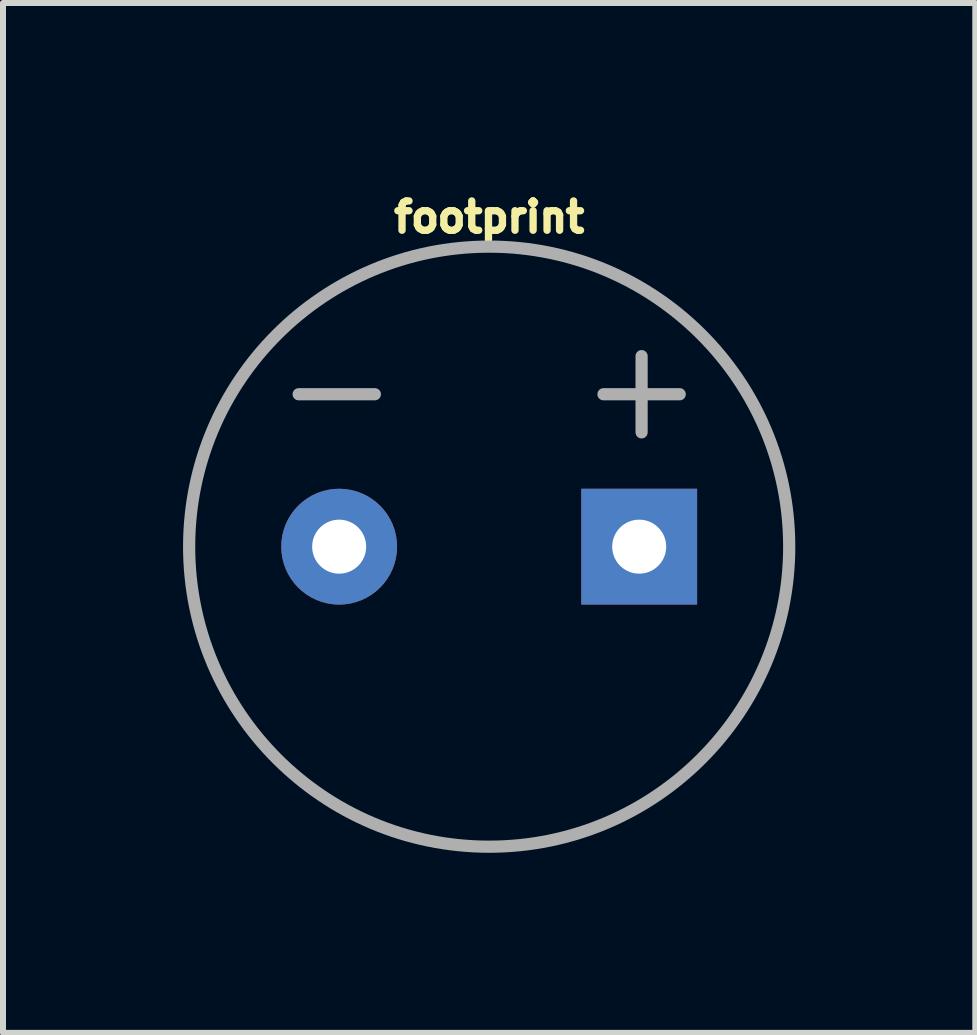
<source format=kicad_pcb>
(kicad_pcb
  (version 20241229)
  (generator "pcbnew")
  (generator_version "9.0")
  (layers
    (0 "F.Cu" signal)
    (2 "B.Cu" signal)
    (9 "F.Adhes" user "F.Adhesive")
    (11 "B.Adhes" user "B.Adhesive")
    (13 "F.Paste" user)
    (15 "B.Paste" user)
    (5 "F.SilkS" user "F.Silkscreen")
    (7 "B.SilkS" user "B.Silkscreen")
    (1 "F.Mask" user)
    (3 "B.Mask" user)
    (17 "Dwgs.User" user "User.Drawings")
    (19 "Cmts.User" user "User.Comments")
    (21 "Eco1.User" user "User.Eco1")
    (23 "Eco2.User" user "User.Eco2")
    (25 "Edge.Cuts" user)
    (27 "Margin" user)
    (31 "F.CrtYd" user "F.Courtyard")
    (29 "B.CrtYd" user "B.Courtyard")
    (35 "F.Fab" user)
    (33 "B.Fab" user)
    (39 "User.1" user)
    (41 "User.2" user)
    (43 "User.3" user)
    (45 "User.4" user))
  (footprint "footprint"
    (layer "F.Cu")
    (at 5.102 6.06)
    (property "Reference" "footprint" (at 0 -5.207 0) (layer "F.SilkS") (effects (font (size 0.488 0.488) (thickness 0.122)) (justify bottom)))
    (fp_line (start -1.905 -2.54) (end -3.175 -2.54) (stroke (width 0.203) (type solid)) (layer "F.Fab"))
    (fp_line (start 2.54 -3.175) (end 2.54 -1.905) (stroke (width 0.203) (type solid)) (layer "F.Fab"))
    (fp_line (start 3.175 -2.54) (end 1.905 -2.54) (stroke (width 0.203) (type solid)) (layer "F.Fab"))
    (fp_circle (center 0 0) (end 5 0) (stroke (width 0.203) (type solid)) (fill no) (layer "F.Fab"))
    (pad "+" thru_hole rect (at 2.5 0) (size 1.93 1.93) (drill 0.9) (layers "*.Cu" "*.Mask"))
    (pad "-" thru_hole circle (at -2.5 0) (size 1.93 1.93) (drill 0.9) (layers "*.Cu" "*.Mask")))
  (gr_rect
    (start -3 -3)
    (end 13.203 14.162)
    (stroke (width 0.1) (type default))
    (fill no)
    (layer "Edge.Cuts")))
</source>
